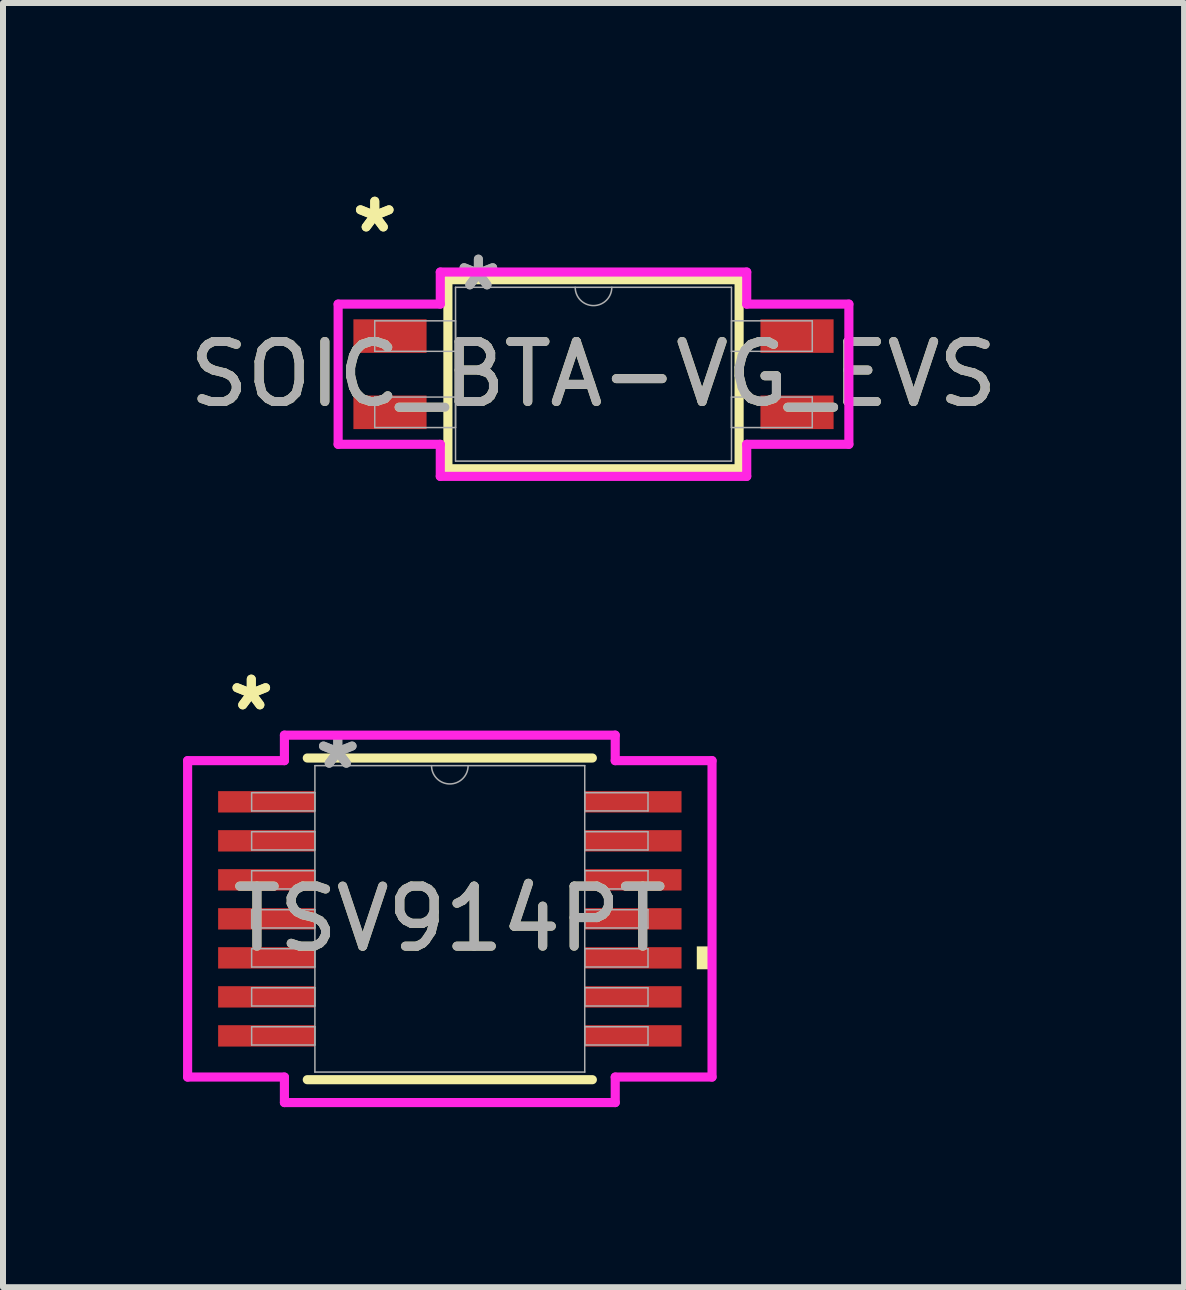
<source format=kicad_pcb>
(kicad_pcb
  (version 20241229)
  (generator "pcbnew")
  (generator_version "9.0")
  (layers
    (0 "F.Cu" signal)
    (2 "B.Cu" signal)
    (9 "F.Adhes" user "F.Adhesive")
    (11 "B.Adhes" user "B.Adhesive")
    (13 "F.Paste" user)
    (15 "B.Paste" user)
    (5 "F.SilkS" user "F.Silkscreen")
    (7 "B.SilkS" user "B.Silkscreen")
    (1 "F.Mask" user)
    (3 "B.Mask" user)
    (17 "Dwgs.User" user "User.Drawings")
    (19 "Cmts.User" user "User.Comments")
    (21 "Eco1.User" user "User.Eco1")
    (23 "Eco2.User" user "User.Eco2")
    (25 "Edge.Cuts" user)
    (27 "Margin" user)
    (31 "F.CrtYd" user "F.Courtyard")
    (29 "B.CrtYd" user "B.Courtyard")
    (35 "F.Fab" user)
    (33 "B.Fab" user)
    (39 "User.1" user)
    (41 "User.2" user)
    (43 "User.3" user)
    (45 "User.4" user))
  (footprint "SOIC_BTA-VG_EVS"
    (layer "F.Cu")
    (at 6.839 3.185)
    (property "Reference" "SOIC_BTA-VG_EVS" (at 0 0 0) (unlocked yes) (layer "F.SilkS") (effects (font (size 1 1) (thickness 0.15))))
    (attr smd)
    (fp_line (start -2.426 -1.575) (end -2.426 1.575) (stroke (width 0.152) (type solid)) (layer "F.SilkS"))
    (fp_line (start -2.426 1.575) (end 2.426 1.575) (stroke (width 0.152) (type solid)) (layer "F.SilkS"))
    (fp_line (start 2.426 -1.575) (end -2.426 -1.575) (stroke (width 0.152) (type solid)) (layer "F.SilkS"))
    (fp_line (start 2.426 1.575) (end 2.426 -1.575) (stroke (width 0.152) (type solid)) (layer "F.SilkS"))
    (fp_line (start -4.255 -1.168) (end -2.553 -1.168) (stroke (width 0.152) (type solid)) (layer "F.CrtYd"))
    (fp_line (start -4.255 1.168) (end -4.255 -1.168) (stroke (width 0.152) (type solid)) (layer "F.CrtYd"))
    (fp_line (start -4.255 1.168) (end -2.553 1.168) (stroke (width 0.152) (type solid)) (layer "F.CrtYd"))
    (fp_line (start -2.553 -1.702) (end 2.553 -1.702) (stroke (width 0.152) (type solid)) (layer "F.CrtYd"))
    (fp_line (start -2.553 -1.168) (end -2.553 -1.702) (stroke (width 0.152) (type solid)) (layer "F.CrtYd"))
    (fp_line (start -2.553 1.702) (end -2.553 1.168) (stroke (width 0.152) (type solid)) (layer "F.CrtYd"))
    (fp_line (start 2.553 -1.702) (end 2.553 -1.168) (stroke (width 0.152) (type solid)) (layer "F.CrtYd"))
    (fp_line (start 2.553 1.168) (end 2.553 1.702) (stroke (width 0.152) (type solid)) (layer "F.CrtYd"))
    (fp_line (start 2.553 1.702) (end -2.553 1.702) (stroke (width 0.152) (type solid)) (layer "F.CrtYd"))
    (fp_line (start 4.255 -1.168) (end 2.553 -1.168) (stroke (width 0.152) (type solid)) (layer "F.CrtYd"))
    (fp_line (start 4.255 -1.168) (end 4.255 1.168) (stroke (width 0.152) (type solid)) (layer "F.CrtYd"))
    (fp_line (start 4.255 1.168) (end 2.553 1.168) (stroke (width 0.152) (type solid)) (layer "F.CrtYd"))
    (fp_line (start -3.645 -0.889) (end -3.645 -0.381) (stroke (width 0.025) (type solid)) (layer "F.Fab"))
    (fp_line (start -3.645 -0.381) (end -2.299 -0.381) (stroke (width 0.025) (type solid)) (layer "F.Fab"))
    (fp_line (start -3.645 0.381) (end -3.645 0.889) (stroke (width 0.025) (type solid)) (layer "F.Fab"))
    (fp_line (start -3.645 0.889) (end -2.299 0.889) (stroke (width 0.025) (type solid)) (layer "F.Fab"))
    (fp_line (start -2.299 -1.448) (end -2.299 1.448) (stroke (width 0.025) (type solid)) (layer "F.Fab"))
    (fp_line (start -2.299 -0.889) (end -3.645 -0.889) (stroke (width 0.025) (type solid)) (layer "F.Fab"))
    (fp_line (start -2.299 -0.381) (end -2.299 -0.889) (stroke (width 0.025) (type solid)) (layer "F.Fab"))
    (fp_line (start -2.299 0.381) (end -3.645 0.381) (stroke (width 0.025) (type solid)) (layer "F.Fab"))
    (fp_line (start -2.299 0.889) (end -2.299 0.381) (stroke (width 0.025) (type solid)) (layer "F.Fab"))
    (fp_line (start -2.299 1.448) (end 2.299 1.448) (stroke (width 0.025) (type solid)) (layer "F.Fab"))
    (fp_line (start 2.299 -1.448) (end -2.299 -1.448) (stroke (width 0.025) (type solid)) (layer "F.Fab"))
    (fp_line (start 2.299 -0.889) (end 2.299 -0.381) (stroke (width 0.025) (type solid)) (layer "F.Fab"))
    (fp_line (start 2.299 -0.381) (end 3.645 -0.381) (stroke (width 0.025) (type solid)) (layer "F.Fab"))
    (fp_line (start 2.299 0.381) (end 2.299 0.889) (stroke (width 0.025) (type solid)) (layer "F.Fab"))
    (fp_line (start 2.299 0.889) (end 3.645 0.889) (stroke (width 0.025) (type solid)) (layer "F.Fab"))
    (fp_line (start 2.299 1.448) (end 2.299 -1.448) (stroke (width 0.025) (type solid)) (layer "F.Fab"))
    (fp_line (start 3.645 -0.889) (end 2.299 -0.889) (stroke (width 0.025) (type solid)) (layer "F.Fab"))
    (fp_line (start 3.645 -0.381) (end 3.645 -0.889) (stroke (width 0.025) (type solid)) (layer "F.Fab"))
    (fp_line (start 3.645 0.381) (end 2.299 0.381) (stroke (width 0.025) (type solid)) (layer "F.Fab"))
    (fp_line (start 3.645 0.889) (end 3.645 0.381) (stroke (width 0.025) (type solid)) (layer "F.Fab"))
    (fp_arc (start 0.3048 -1.4478) (mid 0 -1.143) (end -0.3048 -1.4478) (stroke (width 0.0254) (type solid)) (layer "F.Fab"))
    (fp_text user "*" (at -3.645 -2.337 0) (unlocked yes) (layer "F.SilkS") (effects (font (size 1 1) (thickness 0.15))))
    (fp_text user "*" (at -3.645 -2.337 0) (layer "F.SilkS") (effects (font (size 1 1) (thickness 0.15))))
    (fp_text user "${REFERENCE}" (at 0 0 0) (unlocked yes) (layer "F.Fab") (effects (font (size 1 1) (thickness 0.15))))
    (fp_text user "*" (at -1.918 -1.372 0) (layer "F.Fab") (effects (font (size 1 1) (thickness 0.15))))
    (fp_text user "*" (at -1.918 -1.372 0) (unlocked yes) (layer "F.Fab") (effects (font (size 1 1) (thickness 0.15))))
    (pad "1" smd rect (at -3.391 -0.635) (size 1.219 0.559) (layers "F.Cu" "F.Mask" "F.Paste"))
    (pad "2" smd rect (at -3.391 0.635) (size 1.219 0.559) (layers "F.Cu" "F.Mask" "F.Paste"))
    (pad "3" smd rect (at 3.391 0.635) (size 1.219 0.559) (layers "F.Cu" "F.Mask" "F.Paste"))
    (pad "4" smd rect (at 3.391 -0.635) (size 1.219 0.559) (layers "F.Cu" "F.Mask" "F.Paste")))
  (footprint "TSV914PT"
    (layer "F.Cu")
    (at 4.445 12.26)
    (property "Reference" "TSV914PT" (at 0 0 0) (unlocked yes) (layer "F.SilkS") (effects (font (size 1 1) (thickness 0.15))))
    (attr smd)
    (fp_line (start -2.375 2.68) (end 2.375 2.68) (stroke (width 0.152) (type solid)) (layer "F.SilkS"))
    (fp_line (start 2.375 -2.68) (end -2.375 -2.68) (stroke (width 0.152) (type solid)) (layer "F.SilkS"))
    (fp_poly (pts (xy 4.369 0.459) (xy 4.369 0.84) (xy 4.115 0.84) (xy 4.115 0.459)) (stroke (width 0) (type solid)) (fill yes) (layer "F.SilkS"))
    (fp_line (start -4.369 -2.636) (end -2.756 -2.636) (stroke (width 0.152) (type solid)) (layer "F.CrtYd"))
    (fp_line (start -4.369 2.636) (end -4.369 -2.636) (stroke (width 0.152) (type solid)) (layer "F.CrtYd"))
    (fp_line (start -4.369 2.636) (end -2.756 2.636) (stroke (width 0.152) (type solid)) (layer "F.CrtYd"))
    (fp_line (start -2.756 -3.061) (end 2.756 -3.061) (stroke (width 0.152) (type solid)) (layer "F.CrtYd"))
    (fp_line (start -2.756 -2.636) (end -2.756 -3.061) (stroke (width 0.152) (type solid)) (layer "F.CrtYd"))
    (fp_line (start -2.756 3.061) (end -2.756 2.636) (stroke (width 0.152) (type solid)) (layer "F.CrtYd"))
    (fp_line (start 2.756 -3.061) (end 2.756 -2.636) (stroke (width 0.152) (type solid)) (layer "F.CrtYd"))
    (fp_line (start 2.756 2.636) (end 2.756 3.061) (stroke (width 0.152) (type solid)) (layer "F.CrtYd"))
    (fp_line (start 2.756 3.061) (end -2.756 3.061) (stroke (width 0.152) (type solid)) (layer "F.CrtYd"))
    (fp_line (start 4.369 -2.636) (end 2.756 -2.636) (stroke (width 0.152) (type solid)) (layer "F.CrtYd"))
    (fp_line (start 4.369 -2.636) (end 4.369 2.636) (stroke (width 0.152) (type solid)) (layer "F.CrtYd"))
    (fp_line (start 4.369 2.636) (end 2.756 2.636) (stroke (width 0.152) (type solid)) (layer "F.CrtYd"))
    (fp_line (start -3.302 -2.102) (end -3.302 -1.798) (stroke (width 0.025) (type solid)) (layer "F.Fab"))
    (fp_line (start -3.302 -1.798) (end -2.248 -1.798) (stroke (width 0.025) (type solid)) (layer "F.Fab"))
    (fp_line (start -3.302 -1.452) (end -3.302 -1.148) (stroke (width 0.025) (type solid)) (layer "F.Fab"))
    (fp_line (start -3.302 -1.148) (end -2.248 -1.148) (stroke (width 0.025) (type solid)) (layer "F.Fab"))
    (fp_line (start -3.302 -0.802) (end -3.302 -0.498) (stroke (width 0.025) (type solid)) (layer "F.Fab"))
    (fp_line (start -3.302 -0.498) (end -2.248 -0.498) (stroke (width 0.025) (type solid)) (layer "F.Fab"))
    (fp_line (start -3.302 -0.152) (end -3.302 0.152) (stroke (width 0.025) (type solid)) (layer "F.Fab"))
    (fp_line (start -3.302 0.152) (end -2.248 0.152) (stroke (width 0.025) (type solid)) (layer "F.Fab"))
    (fp_line (start -3.302 0.498) (end -3.302 0.802) (stroke (width 0.025) (type solid)) (layer "F.Fab"))
    (fp_line (start -3.302 0.802) (end -2.248 0.802) (stroke (width 0.025) (type solid)) (layer "F.Fab"))
    (fp_line (start -3.302 1.148) (end -3.302 1.452) (stroke (width 0.025) (type solid)) (layer "F.Fab"))
    (fp_line (start -3.302 1.452) (end -2.248 1.452) (stroke (width 0.025) (type solid)) (layer "F.Fab"))
    (fp_line (start -3.302 1.798) (end -3.302 2.102) (stroke (width 0.025) (type solid)) (layer "F.Fab"))
    (fp_line (start -3.302 2.102) (end -2.248 2.102) (stroke (width 0.025) (type solid)) (layer "F.Fab"))
    (fp_line (start -2.248 -2.553) (end -2.248 2.553) (stroke (width 0.025) (type solid)) (layer "F.Fab"))
    (fp_line (start -2.248 -2.102) (end -3.302 -2.102) (stroke (width 0.025) (type solid)) (layer "F.Fab"))
    (fp_line (start -2.248 -1.798) (end -2.248 -2.102) (stroke (width 0.025) (type solid)) (layer "F.Fab"))
    (fp_line (start -2.248 -1.452) (end -3.302 -1.452) (stroke (width 0.025) (type solid)) (layer "F.Fab"))
    (fp_line (start -2.248 -1.148) (end -2.248 -1.452) (stroke (width 0.025) (type solid)) (layer "F.Fab"))
    (fp_line (start -2.248 -0.802) (end -3.302 -0.802) (stroke (width 0.025) (type solid)) (layer "F.Fab"))
    (fp_line (start -2.248 -0.498) (end -2.248 -0.802) (stroke (width 0.025) (type solid)) (layer "F.Fab"))
    (fp_line (start -2.248 -0.152) (end -3.302 -0.152) (stroke (width 0.025) (type solid)) (layer "F.Fab"))
    (fp_line (start -2.248 0.152) (end -2.248 -0.152) (stroke (width 0.025) (type solid)) (layer "F.Fab"))
    (fp_line (start -2.248 0.498) (end -3.302 0.498) (stroke (width 0.025) (type solid)) (layer "F.Fab"))
    (fp_line (start -2.248 0.802) (end -2.248 0.498) (stroke (width 0.025) (type solid)) (layer "F.Fab"))
    (fp_line (start -2.248 1.148) (end -3.302 1.148) (stroke (width 0.025) (type solid)) (layer "F.Fab"))
    (fp_line (start -2.248 1.452) (end -2.248 1.148) (stroke (width 0.025) (type solid)) (layer "F.Fab"))
    (fp_line (start -2.248 1.798) (end -3.302 1.798) (stroke (width 0.025) (type solid)) (layer "F.Fab"))
    (fp_line (start -2.248 2.102) (end -2.248 1.798) (stroke (width 0.025) (type solid)) (layer "F.Fab"))
    (fp_line (start -2.248 2.553) (end 2.248 2.553) (stroke (width 0.025) (type solid)) (layer "F.Fab"))
    (fp_line (start 2.248 -2.553) (end -2.248 -2.553) (stroke (width 0.025) (type solid)) (layer "F.Fab"))
    (fp_line (start 2.248 -2.102) (end 2.248 -1.798) (stroke (width 0.025) (type solid)) (layer "F.Fab"))
    (fp_line (start 2.248 -1.798) (end 3.302 -1.798) (stroke (width 0.025) (type solid)) (layer "F.Fab"))
    (fp_line (start 2.248 -1.452) (end 2.248 -1.148) (stroke (width 0.025) (type solid)) (layer "F.Fab"))
    (fp_line (start 2.248 -1.148) (end 3.302 -1.148) (stroke (width 0.025) (type solid)) (layer "F.Fab"))
    (fp_line (start 2.248 -0.802) (end 2.248 -0.498) (stroke (width 0.025) (type solid)) (layer "F.Fab"))
    (fp_line (start 2.248 -0.498) (end 3.302 -0.498) (stroke (width 0.025) (type solid)) (layer "F.Fab"))
    (fp_line (start 2.248 -0.152) (end 2.248 0.152) (stroke (width 0.025) (type solid)) (layer "F.Fab"))
    (fp_line (start 2.248 0.152) (end 3.302 0.152) (stroke (width 0.025) (type solid)) (layer "F.Fab"))
    (fp_line (start 2.248 0.498) (end 2.248 0.802) (stroke (width 0.025) (type solid)) (layer "F.Fab"))
    (fp_line (start 2.248 0.802) (end 3.302 0.802) (stroke (width 0.025) (type solid)) (layer "F.Fab"))
    (fp_line (start 2.248 1.148) (end 2.248 1.452) (stroke (width 0.025) (type solid)) (layer "F.Fab"))
    (fp_line (start 2.248 1.452) (end 3.302 1.452) (stroke (width 0.025) (type solid)) (layer "F.Fab"))
    (fp_line (start 2.248 1.798) (end 2.248 2.102) (stroke (width 0.025) (type solid)) (layer "F.Fab"))
    (fp_line (start 2.248 2.102) (end 3.302 2.102) (stroke (width 0.025) (type solid)) (layer "F.Fab"))
    (fp_line (start 2.248 2.553) (end 2.248 -2.553) (stroke (width 0.025) (type solid)) (layer "F.Fab"))
    (fp_line (start 3.302 -2.102) (end 2.248 -2.102) (stroke (width 0.025) (type solid)) (layer "F.Fab"))
    (fp_line (start 3.302 -1.798) (end 3.302 -2.102) (stroke (width 0.025) (type solid)) (layer "F.Fab"))
    (fp_line (start 3.302 -1.452) (end 2.248 -1.452) (stroke (width 0.025) (type solid)) (layer "F.Fab"))
    (fp_line (start 3.302 -1.148) (end 3.302 -1.452) (stroke (width 0.025) (type solid)) (layer "F.Fab"))
    (fp_line (start 3.302 -0.802) (end 2.248 -0.802) (stroke (width 0.025) (type solid)) (layer "F.Fab"))
    (fp_line (start 3.302 -0.498) (end 3.302 -0.802) (stroke (width 0.025) (type solid)) (layer "F.Fab"))
    (fp_line (start 3.302 -0.152) (end 2.248 -0.152) (stroke (width 0.025) (type solid)) (layer "F.Fab"))
    (fp_line (start 3.302 0.152) (end 3.302 -0.152) (stroke (width 0.025) (type solid)) (layer "F.Fab"))
    (fp_line (start 3.302 0.498) (end 2.248 0.498) (stroke (width 0.025) (type solid)) (layer "F.Fab"))
    (fp_line (start 3.302 0.802) (end 3.302 0.498) (stroke (width 0.025) (type solid)) (layer "F.Fab"))
    (fp_line (start 3.302 1.148) (end 2.248 1.148) (stroke (width 0.025) (type solid)) (layer "F.Fab"))
    (fp_line (start 3.302 1.452) (end 3.302 1.148) (stroke (width 0.025) (type solid)) (layer "F.Fab"))
    (fp_line (start 3.302 1.798) (end 2.248 1.798) (stroke (width 0.025) (type solid)) (layer "F.Fab"))
    (fp_line (start 3.302 2.102) (end 3.302 1.798) (stroke (width 0.025) (type solid)) (layer "F.Fab"))
    (fp_arc (start 0.3048 -2.5527) (mid 0 -2.2479) (end -0.3048 -2.5527) (stroke (width 0.0254) (type solid)) (layer "F.Fab"))
    (fp_text user "*" (at -3.308 -3.449 0) (layer "F.SilkS") (effects (font (size 1 1) (thickness 0.15))))
    (fp_text user "*" (at -3.308 -3.449 0) (unlocked yes) (layer "F.SilkS") (effects (font (size 1 1) (thickness 0.15))))
    (fp_text user "*" (at -1.867 -2.477 0) (unlocked yes) (layer "F.Fab") (effects (font (size 1 1) (thickness 0.15))))
    (fp_text user "${REFERENCE}" (at 0 0 0) (unlocked yes) (layer "F.Fab") (effects (font (size 1 1) (thickness 0.15))))
    (fp_text user "*" (at -1.867 -2.477 0) (layer "F.Fab") (effects (font (size 1 1) (thickness 0.15))))
    (pad "1" smd rect (at -3.054 -1.95) (size 1.613 0.356) (layers "F.Cu" "F.Mask" "F.Paste"))
    (pad "2" smd rect (at -3.054 -1.3) (size 1.613 0.356) (layers "F.Cu" "F.Mask" "F.Paste"))
    (pad "3" smd rect (at -3.054 -0.65) (size 1.613 0.356) (layers "F.Cu" "F.Mask" "F.Paste"))
    (pad "4" smd rect (at -3.054 0) (size 1.613 0.356) (layers "F.Cu" "F.Mask" "F.Paste"))
    (pad "5" smd rect (at -3.054 0.65) (size 1.613 0.356) (layers "F.Cu" "F.Mask" "F.Paste"))
    (pad "6" smd rect (at -3.054 1.3) (size 1.613 0.356) (layers "F.Cu" "F.Mask" "F.Paste"))
    (pad "7" smd rect (at -3.054 1.95) (size 1.613 0.356) (layers "F.Cu" "F.Mask" "F.Paste"))
    (pad "8" smd rect (at 3.054 1.95) (size 1.613 0.356) (layers "F.Cu" "F.Mask" "F.Paste"))
    (pad "9" smd rect (at 3.054 1.3) (size 1.613 0.356) (layers "F.Cu" "F.Mask" "F.Paste"))
    (pad "10" smd rect (at 3.054 0.65) (size 1.613 0.356) (layers "F.Cu" "F.Mask" "F.Paste"))
    (pad "11" smd rect (at 3.054 0) (size 1.613 0.356) (layers "F.Cu" "F.Mask" "F.Paste"))
    (pad "12" smd rect (at 3.054 -0.65) (size 1.613 0.356) (layers "F.Cu" "F.Mask" "F.Paste"))
    (pad "13" smd rect (at 3.054 -1.3) (size 1.613 0.356) (layers "F.Cu" "F.Mask" "F.Paste"))
    (pad "14" smd rect (at 3.054 -1.95) (size 1.613 0.356) (layers "F.Cu" "F.Mask" "F.Paste")))
  (gr_rect
    (start -3 -3)
    (end 16.679 18.397)
    (stroke (width 0.1) (type default))
    (fill no)
    (layer "Edge.Cuts")))
</source>
